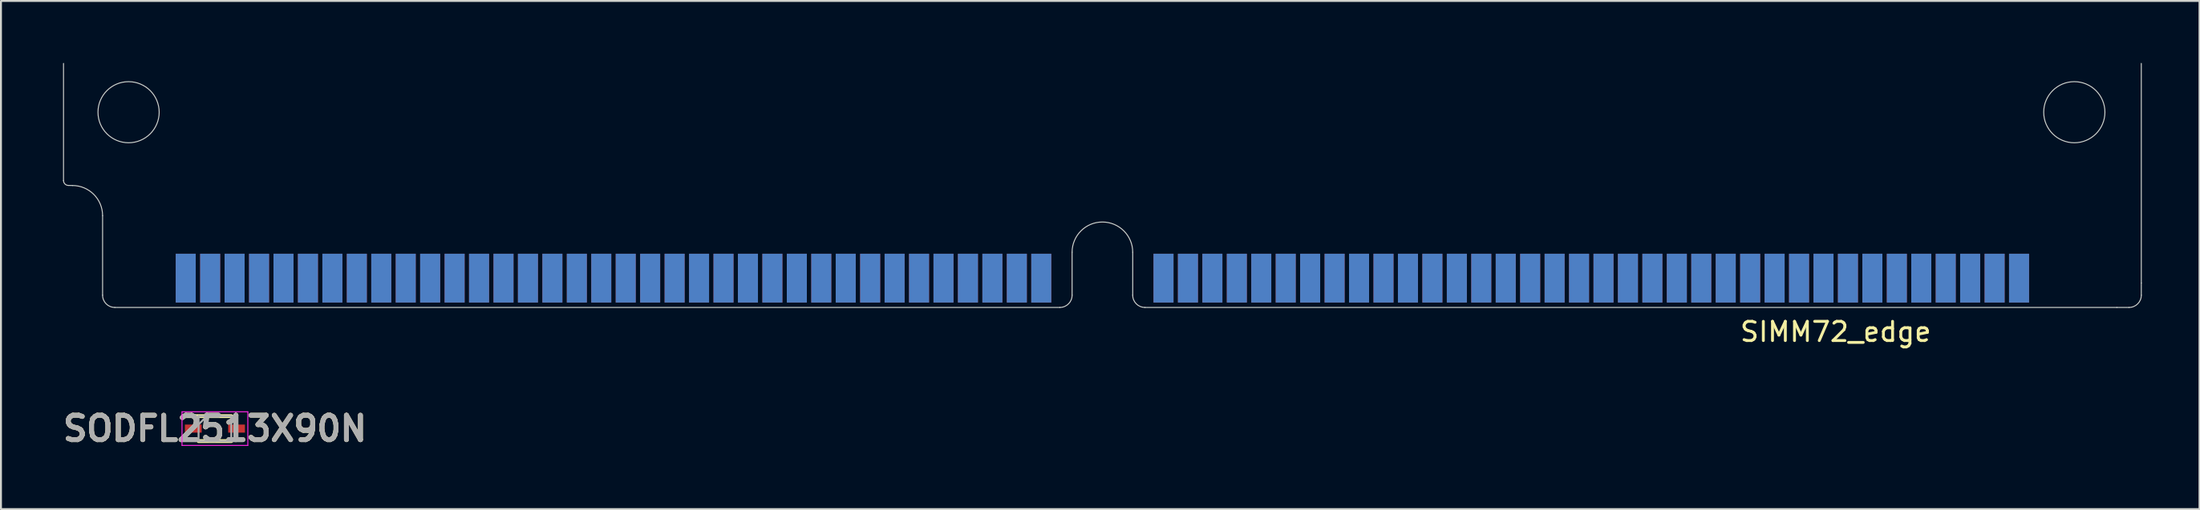
<source format=kicad_pcb>
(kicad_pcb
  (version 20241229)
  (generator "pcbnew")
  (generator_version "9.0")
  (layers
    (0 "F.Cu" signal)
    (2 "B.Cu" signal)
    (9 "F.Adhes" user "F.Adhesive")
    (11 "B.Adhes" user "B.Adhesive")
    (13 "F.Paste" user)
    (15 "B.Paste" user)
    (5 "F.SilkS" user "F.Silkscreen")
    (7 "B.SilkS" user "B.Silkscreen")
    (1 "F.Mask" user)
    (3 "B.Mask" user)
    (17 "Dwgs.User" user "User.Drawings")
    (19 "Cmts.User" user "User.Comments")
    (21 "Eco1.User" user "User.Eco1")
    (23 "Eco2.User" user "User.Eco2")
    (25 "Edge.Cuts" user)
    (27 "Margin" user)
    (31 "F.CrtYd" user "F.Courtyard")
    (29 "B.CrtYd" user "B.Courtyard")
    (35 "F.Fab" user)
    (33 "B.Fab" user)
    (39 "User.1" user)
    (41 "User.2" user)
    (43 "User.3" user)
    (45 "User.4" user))
  (footprint "SODFL2513X90N"
    (layer "F.Cu")
    (at 8.116 19.257)
    (property "Reference" "SODFL2513X90N" (at 0 0 0) (layer "F.SilkS") (effects (font (size 1.27 1.27) (thickness 0.254))))
    (attr smd)
    (fp_line (start -1.56 -0.65) (end 0.85 -0.65) (stroke (width 0.2) (type solid)) (layer "F.SilkS"))
    (fp_line (start -0.85 0.65) (end 0.85 0.65) (stroke (width 0.2) (type solid)) (layer "F.SilkS"))
    (fp_line (start -1.71 -0.875) (end 1.71 -0.875) (stroke (width 0.05) (type solid)) (layer "F.CrtYd"))
    (fp_line (start -1.71 0.875) (end -1.71 -0.875) (stroke (width 0.05) (type solid)) (layer "F.CrtYd"))
    (fp_line (start 1.71 -0.875) (end 1.71 0.875) (stroke (width 0.05) (type solid)) (layer "F.CrtYd"))
    (fp_line (start 1.71 0.875) (end -1.71 0.875) (stroke (width 0.05) (type solid)) (layer "F.CrtYd"))
    (fp_line (start -0.85 -0.65) (end 0.85 -0.65) (stroke (width 0.1) (type solid)) (layer "F.Fab"))
    (fp_line (start -0.85 -0.215) (end -0.415 -0.65) (stroke (width 0.1) (type solid)) (layer "F.Fab"))
    (fp_line (start -0.85 0.65) (end -0.85 -0.65) (stroke (width 0.1) (type solid)) (layer "F.Fab"))
    (fp_line (start 0.85 -0.65) (end 0.85 0.65) (stroke (width 0.1) (type solid)) (layer "F.Fab"))
    (fp_line (start 0.85 0.65) (end -0.85 0.65) (stroke (width 0.1) (type solid)) (layer "F.Fab"))
    (fp_text user "${REFERENCE}" (at 0 0 0) (layer "F.Fab") (effects (font (size 1.27 1.27) (thickness 0.254))))
    (pad "1" smd rect (at -1.125 0 90) (size 0.42 0.87) (layers "F.Cu" "F.Mask" "F.Paste"))
    (pad "2" smd rect (at 1.125 0 90) (size 0.42 0.87) (layers "F.Cu" "F.Mask" "F.Paste")))
  (footprint "SIMM72_edge"
    (layer "F.Cu")
    (at 0.25 0.25)
    (property "Reference" "SIMM72_edge" (at 92.075 13.97 0) (layer "F.SilkS") (effects (font (size 1 1) (thickness 0.15))))
    (attr smd)
    (fp_line (start 0 0) (end 0 6.096) (stroke (width 0.05) (type default)) (layer "Edge.Cuts"))
    (fp_line (start 0.254 6.35) (end 0.46 6.355) (stroke (width 0.05) (type default)) (layer "Edge.Cuts"))
    (fp_line (start 2.03 12.065) (end 2.03 7.92) (stroke (width 0.05) (type default)) (layer "Edge.Cuts"))
    (fp_line (start 51.765 12.7) (end 2.665 12.7) (stroke (width 0.05) (type default)) (layer "Edge.Cuts"))
    (fp_line (start 52.4 12.065) (end 52.4 9.83) (stroke (width 0.05) (type default)) (layer "Edge.Cuts"))
    (fp_line (start 55.55 12.065) (end 55.55 9.83) (stroke (width 0.05) (type default)) (layer "Edge.Cuts"))
    (fp_line (start 56.185 12.7) (end 106.68 12.7) (stroke (width 0.05) (type default)) (layer "Edge.Cuts"))
    (fp_line (start 107.315 12.7) (end 106.68 12.7) (stroke (width 0.05) (type default)) (layer "Edge.Cuts"))
    (fp_line (start 107.95 0) (end 107.95 11.43) (stroke (width 0.05) (type default)) (layer "Edge.Cuts"))
    (fp_line (start 107.95 12.065) (end 107.95 11.43) (stroke (width 0.05) (type default)) (layer "Edge.Cuts"))
    (fp_arc (start 0.254 6.35) (mid 0.074395 6.275605) (end 0 6.096) (stroke (width 0.05) (type default)) (layer "Edge.Cuts"))
    (fp_arc (start 0.46 6.354793) (mid 1.568464 6.812942) (end 2.03 7.92) (stroke (width 0.05) (type solid)) (layer "Edge.Cuts"))
    (fp_arc (start 2.665 12.7) (mid 2.215987 12.514013) (end 2.03 12.065) (stroke (width 0.05) (type default)) (layer "Edge.Cuts"))
    (fp_arc (start 52.4002 9.8298) (mid 53.975 8.255) (end 55.5498 9.8298) (stroke (width 0.05) (type solid)) (layer "Edge.Cuts"))
    (fp_arc (start 52.4002 12.065) (mid 52.214213 12.514013) (end 51.7652 12.7) (stroke (width 0.05) (type default)) (layer "Edge.Cuts"))
    (fp_arc (start 56.1848 12.7) (mid 55.735787 12.514013) (end 55.5498 12.065) (stroke (width 0.05) (type default)) (layer "Edge.Cuts"))
    (fp_arc (start 107.95 12.065) (mid 107.764013 12.514013) (end 107.315 12.7) (stroke (width 0.05) (type default)) (layer "Edge.Cuts"))
    (fp_circle (center 3.38 2.54) (end 4.953 2.311) (stroke (width 0.05) (type solid)) (fill no) (layer "Edge.Cuts"))
    (fp_circle (center 104.47 2.54) (end 106.06 2.54) (stroke (width 0.05) (type solid)) (fill no) (layer "Edge.Cuts"))
    (pad "1" smd rect (at 6.349 11.176) (size 1.04 2.54) (layers "F.Cu" "F.Mask" "F.Paste"))
    (pad "1" smd rect (at 6.349 11.176) (size 1.04 2.54) (layers "B.Cu" "B.Mask" "B.Paste"))
    (pad "2" smd rect (at 7.619 11.176) (size 1.04 2.54) (layers "F.Cu" "F.Mask" "F.Paste"))
    (pad "2" smd rect (at 7.619 11.176) (size 1.04 2.54) (layers "B.Cu" "B.Mask" "B.Paste"))
    (pad "3" smd rect (at 8.889 11.176) (size 1.04 2.54) (layers "F.Cu" "F.Mask" "F.Paste"))
    (pad "3" smd rect (at 8.889 11.176) (size 1.04 2.54) (layers "B.Cu" "B.Mask" "B.Paste"))
    (pad "4" smd rect (at 10.159 11.176) (size 1.04 2.54) (layers "F.Cu" "F.Mask" "F.Paste"))
    (pad "4" smd rect (at 10.159 11.176) (size 1.04 2.54) (layers "B.Cu" "B.Mask" "B.Paste"))
    (pad "5" smd rect (at 11.429 11.176) (size 1.04 2.54) (layers "F.Cu" "F.Mask" "F.Paste"))
    (pad "5" smd rect (at 11.429 11.176) (size 1.04 2.54) (layers "B.Cu" "B.Mask" "B.Paste"))
    (pad "6" smd rect (at 12.699 11.176) (size 1.04 2.54) (layers "F.Cu" "F.Mask" "F.Paste"))
    (pad "6" smd rect (at 12.699 11.176) (size 1.04 2.54) (layers "B.Cu" "B.Mask" "B.Paste"))
    (pad "7" smd rect (at 13.969 11.176) (size 1.04 2.54) (layers "F.Cu" "F.Mask" "F.Paste"))
    (pad "7" smd rect (at 13.969 11.176) (size 1.04 2.54) (layers "B.Cu" "B.Mask" "B.Paste"))
    (pad "8" smd rect (at 15.239 11.176) (size 1.04 2.54) (layers "F.Cu" "F.Mask" "F.Paste"))
    (pad "8" smd rect (at 15.239 11.176) (size 1.04 2.54) (layers "B.Cu" "B.Mask" "B.Paste"))
    (pad "9" smd rect (at 16.509 11.176) (size 1.04 2.54) (layers "F.Cu" "F.Mask" "F.Paste"))
    (pad "9" smd rect (at 16.509 11.176) (size 1.04 2.54) (layers "B.Cu" "B.Mask" "B.Paste"))
    (pad "10" smd rect (at 17.779 11.176) (size 1.04 2.54) (layers "F.Cu" "F.Mask" "F.Paste"))
    (pad "10" smd rect (at 17.779 11.176) (size 1.04 2.54) (layers "B.Cu" "B.Mask" "B.Paste"))
    (pad "11" smd rect (at 19.049 11.176) (size 1.04 2.54) (layers "F.Cu" "F.Mask" "F.Paste"))
    (pad "11" smd rect (at 19.049 11.176) (size 1.04 2.54) (layers "B.Cu" "B.Mask" "B.Paste"))
    (pad "12" smd rect (at 20.319 11.176) (size 1.04 2.54) (layers "F.Cu" "F.Mask" "F.Paste"))
    (pad "12" smd rect (at 20.319 11.176) (size 1.04 2.54) (layers "B.Cu" "B.Mask" "B.Paste"))
    (pad "13" smd rect (at 21.589 11.176) (size 1.04 2.54) (layers "F.Cu" "F.Mask" "F.Paste"))
    (pad "13" smd rect (at 21.589 11.176) (size 1.04 2.54) (layers "B.Cu" "B.Mask" "B.Paste"))
    (pad "14" smd rect (at 22.859 11.176) (size 1.04 2.54) (layers "F.Cu" "F.Mask" "F.Paste"))
    (pad "14" smd rect (at 22.859 11.176) (size 1.04 2.54) (layers "B.Cu" "B.Mask" "B.Paste"))
    (pad "15" smd rect (at 24.129 11.176) (size 1.04 2.54) (layers "F.Cu" "F.Mask" "F.Paste"))
    (pad "15" smd rect (at 24.129 11.176) (size 1.04 2.54) (layers "B.Cu" "B.Mask" "B.Paste"))
    (pad "16" smd rect (at 25.399 11.176) (size 1.04 2.54) (layers "F.Cu" "F.Mask" "F.Paste"))
    (pad "16" smd rect (at 25.399 11.176) (size 1.04 2.54) (layers "B.Cu" "B.Mask" "B.Paste"))
    (pad "17" smd rect (at 26.669 11.176) (size 1.04 2.54) (layers "F.Cu" "F.Mask" "F.Paste"))
    (pad "17" smd rect (at 26.669 11.176) (size 1.04 2.54) (layers "B.Cu" "B.Mask" "B.Paste"))
    (pad "18" smd rect (at 27.939 11.176) (size 1.04 2.54) (layers "F.Cu" "F.Mask" "F.Paste"))
    (pad "18" smd rect (at 27.939 11.176) (size 1.04 2.54) (layers "B.Cu" "B.Mask" "B.Paste"))
    (pad "19" smd rect (at 29.209 11.176) (size 1.04 2.54) (layers "F.Cu" "F.Mask" "F.Paste"))
    (pad "19" smd rect (at 29.209 11.176) (size 1.04 2.54) (layers "B.Cu" "B.Mask" "B.Paste"))
    (pad "20" smd rect (at 30.479 11.176) (size 1.04 2.54) (layers "F.Cu" "F.Mask" "F.Paste"))
    (pad "20" smd rect (at 30.479 11.176) (size 1.04 2.54) (layers "B.Cu" "B.Mask" "B.Paste"))
    (pad "21" smd rect (at 31.749 11.176) (size 1.04 2.54) (layers "F.Cu" "F.Mask" "F.Paste"))
    (pad "21" smd rect (at 31.749 11.176) (size 1.04 2.54) (layers "B.Cu" "B.Mask" "B.Paste"))
    (pad "22" smd rect (at 33.019 11.176) (size 1.04 2.54) (layers "F.Cu" "F.Mask" "F.Paste"))
    (pad "22" smd rect (at 33.019 11.176) (size 1.04 2.54) (layers "B.Cu" "B.Mask" "B.Paste"))
    (pad "23" smd rect (at 34.289 11.176) (size 1.04 2.54) (layers "F.Cu" "F.Mask" "F.Paste"))
    (pad "23" smd rect (at 34.289 11.176) (size 1.04 2.54) (layers "B.Cu" "B.Mask" "B.Paste"))
    (pad "24" smd rect (at 35.559 11.176) (size 1.04 2.54) (layers "F.Cu" "F.Mask" "F.Paste"))
    (pad "24" smd rect (at 35.559 11.176) (size 1.04 2.54) (layers "B.Cu" "B.Mask" "B.Paste"))
    (pad "25" smd rect (at 36.829 11.176) (size 1.04 2.54) (layers "F.Cu" "F.Mask" "F.Paste"))
    (pad "25" smd rect (at 36.829 11.176) (size 1.04 2.54) (layers "B.Cu" "B.Mask" "B.Paste"))
    (pad "26" smd rect (at 38.099 11.176) (size 1.04 2.54) (layers "F.Cu" "F.Mask" "F.Paste"))
    (pad "26" smd rect (at 38.099 11.176) (size 1.04 2.54) (layers "B.Cu" "B.Mask" "B.Paste"))
    (pad "27" smd rect (at 39.369 11.176) (size 1.04 2.54) (layers "F.Cu" "F.Mask" "F.Paste"))
    (pad "27" smd rect (at 39.369 11.176) (size 1.04 2.54) (layers "B.Cu" "B.Mask" "B.Paste"))
    (pad "28" smd rect (at 40.639 11.176) (size 1.04 2.54) (layers "F.Cu" "F.Mask" "F.Paste"))
    (pad "28" smd rect (at 40.639 11.176) (size 1.04 2.54) (layers "B.Cu" "B.Mask" "B.Paste"))
    (pad "29" smd rect (at 41.909 11.176) (size 1.04 2.54) (layers "F.Cu" "F.Mask" "F.Paste"))
    (pad "29" smd rect (at 41.909 11.176) (size 1.04 2.54) (layers "B.Cu" "B.Mask" "B.Paste"))
    (pad "30" smd rect (at 43.179 11.176) (size 1.04 2.54) (layers "F.Cu" "F.Mask" "F.Paste"))
    (pad "30" smd rect (at 43.179 11.176) (size 1.04 2.54) (layers "B.Cu" "B.Mask" "B.Paste"))
    (pad "31" smd rect (at 44.449 11.176) (size 1.04 2.54) (layers "F.Cu" "F.Mask" "F.Paste"))
    (pad "31" smd rect (at 44.449 11.176) (size 1.04 2.54) (layers "B.Cu" "B.Mask" "B.Paste"))
    (pad "32" smd rect (at 45.719 11.176) (size 1.04 2.54) (layers "F.Cu" "F.Mask" "F.Paste"))
    (pad "32" smd rect (at 45.719 11.176) (size 1.04 2.54) (layers "B.Cu" "B.Mask" "B.Paste"))
    (pad "33" smd rect (at 46.989 11.176) (size 1.04 2.54) (layers "F.Cu" "F.Mask" "F.Paste"))
    (pad "33" smd rect (at 46.989 11.176) (size 1.04 2.54) (layers "B.Cu" "B.Mask" "B.Paste"))
    (pad "34" smd rect (at 48.259 11.176) (size 1.04 2.54) (layers "F.Cu" "F.Mask" "F.Paste"))
    (pad "34" smd rect (at 48.259 11.176) (size 1.04 2.54) (layers "B.Cu" "B.Mask" "B.Paste"))
    (pad "35" smd rect (at 49.529 11.176) (size 1.04 2.54) (layers "F.Cu" "F.Mask" "F.Paste"))
    (pad "35" smd rect (at 49.529 11.176) (size 1.04 2.54) (layers "B.Cu" "B.Mask" "B.Paste"))
    (pad "36" smd rect (at 50.799 11.176) (size 1.04 2.54) (layers "F.Cu" "F.Mask" "F.Paste"))
    (pad "36" smd rect (at 50.799 11.176) (size 1.04 2.54) (layers "B.Cu" "B.Mask" "B.Paste"))
    (pad "37" smd rect (at 57.149 11.176) (size 1.04 2.54) (layers "F.Cu" "F.Mask" "F.Paste"))
    (pad "37" smd rect (at 57.149 11.176) (size 1.04 2.54) (layers "B.Cu" "B.Mask" "B.Paste"))
    (pad "38" smd rect (at 58.419 11.176) (size 1.04 2.54) (layers "F.Cu" "F.Mask" "F.Paste"))
    (pad "38" smd rect (at 58.419 11.176) (size 1.04 2.54) (layers "B.Cu" "B.Mask" "B.Paste"))
    (pad "39" smd rect (at 59.689 11.176) (size 1.04 2.54) (layers "F.Cu" "F.Mask" "F.Paste"))
    (pad "39" smd rect (at 59.689 11.176) (size 1.04 2.54) (layers "B.Cu" "B.Mask" "B.Paste"))
    (pad "40" smd rect (at 60.959 11.176) (size 1.04 2.54) (layers "F.Cu" "F.Mask" "F.Paste"))
    (pad "40" smd rect (at 60.959 11.176) (size 1.04 2.54) (layers "B.Cu" "B.Mask" "B.Paste"))
    (pad "41" smd rect (at 62.229 11.176) (size 1.04 2.54) (layers "F.Cu" "F.Mask" "F.Paste"))
    (pad "41" smd rect (at 62.229 11.176) (size 1.04 2.54) (layers "B.Cu" "B.Mask" "B.Paste"))
    (pad "42" smd rect (at 63.499 11.176) (size 1.04 2.54) (layers "F.Cu" "F.Mask" "F.Paste"))
    (pad "42" smd rect (at 63.499 11.176) (size 1.04 2.54) (layers "B.Cu" "B.Mask" "B.Paste"))
    (pad "43" smd rect (at 64.769 11.176) (size 1.04 2.54) (layers "F.Cu" "F.Mask" "F.Paste"))
    (pad "43" smd rect (at 64.769 11.176) (size 1.04 2.54) (layers "B.Cu" "B.Mask" "B.Paste"))
    (pad "44" smd rect (at 66.039 11.176) (size 1.04 2.54) (layers "F.Cu" "F.Mask" "F.Paste"))
    (pad "44" smd rect (at 66.039 11.176) (size 1.04 2.54) (layers "B.Cu" "B.Mask" "B.Paste"))
    (pad "45" smd rect (at 67.309 11.176) (size 1.04 2.54) (layers "F.Cu" "F.Mask" "F.Paste"))
    (pad "45" smd rect (at 67.309 11.176) (size 1.04 2.54) (layers "B.Cu" "B.Mask" "B.Paste"))
    (pad "46" smd rect (at 68.579 11.176) (size 1.04 2.54) (layers "F.Cu" "F.Mask" "F.Paste"))
    (pad "46" smd rect (at 68.579 11.176) (size 1.04 2.54) (layers "B.Cu" "B.Mask" "B.Paste"))
    (pad "47" smd rect (at 69.849 11.176) (size 1.04 2.54) (layers "F.Cu" "F.Mask" "F.Paste"))
    (pad "47" smd rect (at 69.849 11.176) (size 1.04 2.54) (layers "B.Cu" "B.Mask" "B.Paste"))
    (pad "48" smd rect (at 71.119 11.176) (size 1.04 2.54) (layers "F.Cu" "F.Mask" "F.Paste"))
    (pad "48" smd rect (at 71.119 11.176) (size 1.04 2.54) (layers "B.Cu" "B.Mask" "B.Paste"))
    (pad "49" smd rect (at 72.389 11.176) (size 1.04 2.54) (layers "F.Cu" "F.Mask" "F.Paste"))
    (pad "49" smd rect (at 72.389 11.176) (size 1.04 2.54) (layers "B.Cu" "B.Mask" "B.Paste"))
    (pad "50" smd rect (at 73.659 11.176) (size 1.04 2.54) (layers "F.Cu" "F.Mask" "F.Paste"))
    (pad "50" smd rect (at 73.659 11.176) (size 1.04 2.54) (layers "B.Cu" "B.Mask" "B.Paste"))
    (pad "51" smd rect (at 74.929 11.176) (size 1.04 2.54) (layers "F.Cu" "F.Mask" "F.Paste"))
    (pad "51" smd rect (at 74.929 11.176) (size 1.04 2.54) (layers "B.Cu" "B.Mask" "B.Paste"))
    (pad "52" smd rect (at 76.199 11.176) (size 1.04 2.54) (layers "F.Cu" "F.Mask" "F.Paste"))
    (pad "52" smd rect (at 76.199 11.176) (size 1.04 2.54) (layers "B.Cu" "B.Mask" "B.Paste"))
    (pad "53" smd rect (at 77.469 11.176) (size 1.04 2.54) (layers "F.Cu" "F.Mask" "F.Paste"))
    (pad "53" smd rect (at 77.469 11.176) (size 1.04 2.54) (layers "B.Cu" "B.Mask" "B.Paste"))
    (pad "54" smd rect (at 78.739 11.176) (size 1.04 2.54) (layers "F.Cu" "F.Mask" "F.Paste"))
    (pad "54" smd rect (at 78.739 11.176) (size 1.04 2.54) (layers "B.Cu" "B.Mask" "B.Paste"))
    (pad "55" smd rect (at 80.009 11.176) (size 1.04 2.54) (layers "F.Cu" "F.Mask" "F.Paste"))
    (pad "55" smd rect (at 80.009 11.176) (size 1.04 2.54) (layers "B.Cu" "B.Mask" "B.Paste"))
    (pad "56" smd rect (at 81.279 11.176) (size 1.04 2.54) (layers "F.Cu" "F.Mask" "F.Paste"))
    (pad "56" smd rect (at 81.279 11.176) (size 1.04 2.54) (layers "B.Cu" "B.Mask" "B.Paste"))
    (pad "57" smd rect (at 82.549 11.176) (size 1.04 2.54) (layers "F.Cu" "F.Mask" "F.Paste"))
    (pad "57" smd rect (at 82.549 11.176) (size 1.04 2.54) (layers "B.Cu" "B.Mask" "B.Paste"))
    (pad "58" smd rect (at 83.819 11.176) (size 1.04 2.54) (layers "F.Cu" "F.Mask" "F.Paste"))
    (pad "58" smd rect (at 83.819 11.176) (size 1.04 2.54) (layers "B.Cu" "B.Mask" "B.Paste"))
    (pad "59" smd rect (at 85.089 11.176) (size 1.04 2.54) (layers "F.Cu" "F.Mask" "F.Paste"))
    (pad "59" smd rect (at 85.089 11.176) (size 1.04 2.54) (layers "B.Cu" "B.Mask" "B.Paste"))
    (pad "60" smd rect (at 86.359 11.176) (size 1.04 2.54) (layers "F.Cu" "F.Mask" "F.Paste"))
    (pad "60" smd rect (at 86.359 11.176) (size 1.04 2.54) (layers "B.Cu" "B.Mask" "B.Paste"))
    (pad "61" smd rect (at 87.629 11.176) (size 1.04 2.54) (layers "F.Cu" "F.Mask" "F.Paste"))
    (pad "61" smd rect (at 87.629 11.176) (size 1.04 2.54) (layers "B.Cu" "B.Mask" "B.Paste"))
    (pad "62" smd rect (at 88.899 11.176) (size 1.04 2.54) (layers "F.Cu" "F.Mask" "F.Paste"))
    (pad "62" smd rect (at 88.899 11.176) (size 1.04 2.54) (layers "B.Cu" "B.Mask" "B.Paste"))
    (pad "63" smd rect (at 90.169 11.176) (size 1.04 2.54) (layers "F.Cu" "F.Mask" "F.Paste"))
    (pad "63" smd rect (at 90.169 11.176) (size 1.04 2.54) (layers "B.Cu" "B.Mask" "B.Paste"))
    (pad "64" smd rect (at 91.439 11.176) (size 1.04 2.54) (layers "F.Cu" "F.Mask" "F.Paste"))
    (pad "64" smd rect (at 91.439 11.176) (size 1.04 2.54) (layers "B.Cu" "B.Mask" "B.Paste"))
    (pad "65" smd rect (at 92.709 11.176) (size 1.04 2.54) (layers "F.Cu" "F.Mask" "F.Paste"))
    (pad "65" smd rect (at 92.709 11.176) (size 1.04 2.54) (layers "B.Cu" "B.Mask" "B.Paste"))
    (pad "66" smd rect (at 93.979 11.176) (size 1.04 2.54) (layers "F.Cu" "F.Mask" "F.Paste"))
    (pad "66" smd rect (at 93.979 11.176) (size 1.04 2.54) (layers "B.Cu" "B.Mask" "B.Paste"))
    (pad "67" smd rect (at 95.249 11.176) (size 1.04 2.54) (layers "F.Cu" "F.Mask" "F.Paste"))
    (pad "67" smd rect (at 95.249 11.176) (size 1.04 2.54) (layers "B.Cu" "B.Mask" "B.Paste"))
    (pad "68" smd rect (at 96.519 11.176) (size 1.04 2.54) (layers "F.Cu" "F.Mask" "F.Paste"))
    (pad "68" smd rect (at 96.519 11.176) (size 1.04 2.54) (layers "B.Cu" "B.Mask" "B.Paste"))
    (pad "69" smd rect (at 97.789 11.176) (size 1.04 2.54) (layers "F.Cu" "F.Mask" "F.Paste"))
    (pad "69" smd rect (at 97.789 11.176) (size 1.04 2.54) (layers "B.Cu" "B.Mask" "B.Paste"))
    (pad "70" smd rect (at 99.059 11.176) (size 1.04 2.54) (layers "F.Cu" "F.Mask" "F.Paste"))
    (pad "70" smd rect (at 99.059 11.176) (size 1.04 2.54) (layers "B.Cu" "B.Mask" "B.Paste"))
    (pad "71" smd rect (at 100.329 11.176) (size 1.04 2.54) (layers "F.Cu" "F.Mask" "F.Paste"))
    (pad "71" smd rect (at 100.329 11.176) (size 1.04 2.54) (layers "B.Cu" "B.Mask" "B.Paste"))
    (pad "72" smd rect (at 101.599 11.176) (size 1.04 2.54) (layers "F.Cu" "F.Mask" "F.Paste"))
    (pad "72" smd rect (at 101.599 11.176) (size 1.04 2.54) (layers "B.Cu" "B.Mask" "B.Paste")))
  (gr_rect
    (start -3 -3)
    (end 111.225 23.446)
    (stroke (width 0.1) (type default))
    (fill no)
    (layer "Edge.Cuts")))
</source>
